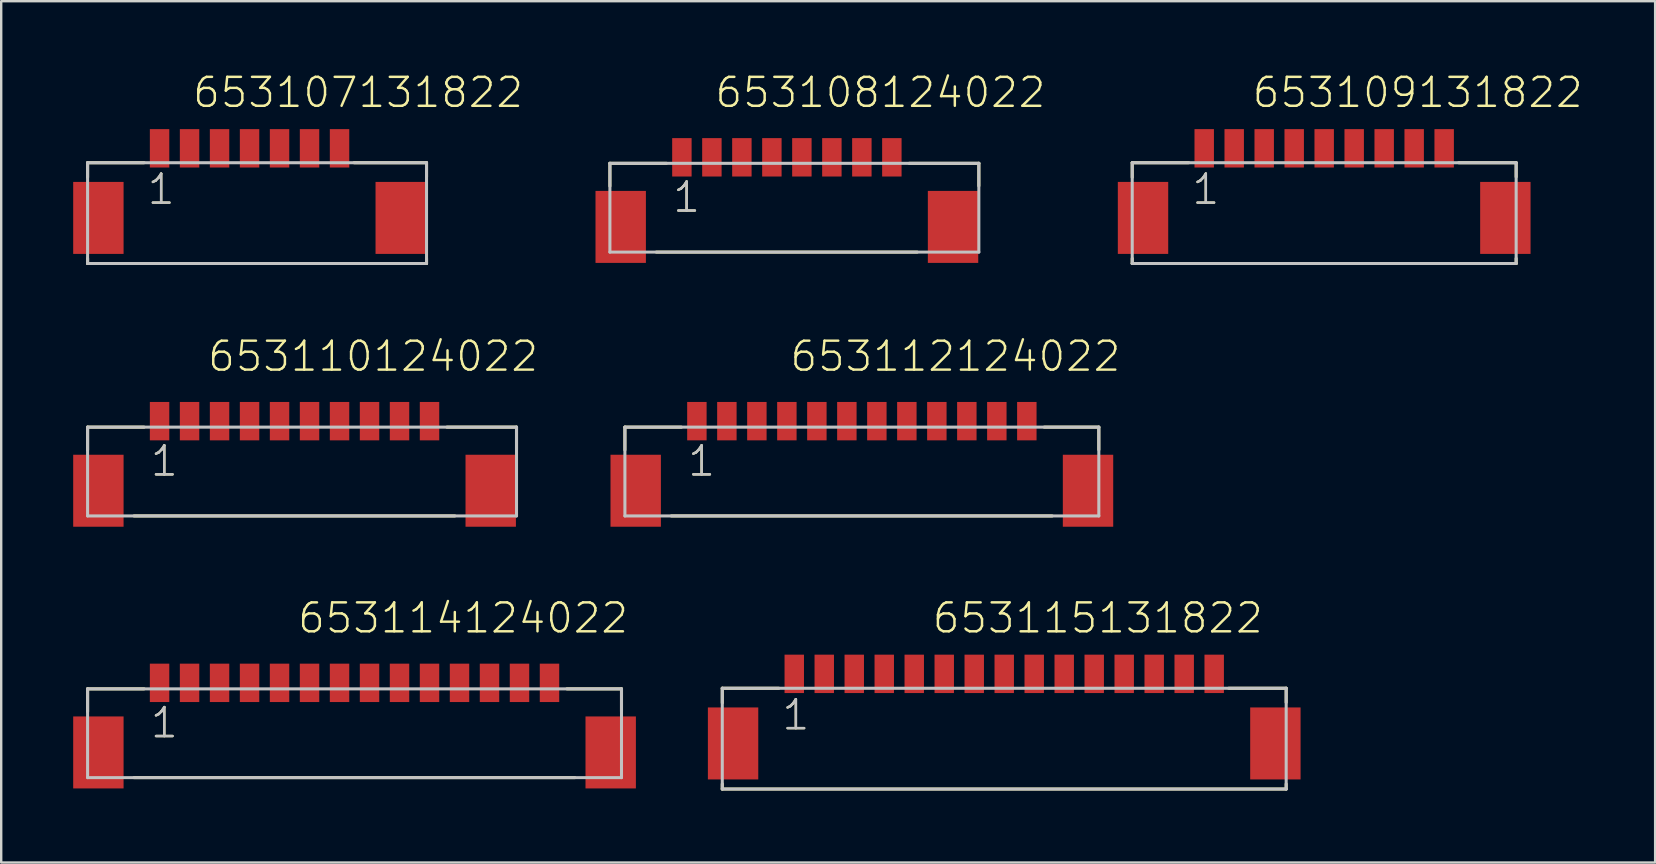
<source format=kicad_pcb>
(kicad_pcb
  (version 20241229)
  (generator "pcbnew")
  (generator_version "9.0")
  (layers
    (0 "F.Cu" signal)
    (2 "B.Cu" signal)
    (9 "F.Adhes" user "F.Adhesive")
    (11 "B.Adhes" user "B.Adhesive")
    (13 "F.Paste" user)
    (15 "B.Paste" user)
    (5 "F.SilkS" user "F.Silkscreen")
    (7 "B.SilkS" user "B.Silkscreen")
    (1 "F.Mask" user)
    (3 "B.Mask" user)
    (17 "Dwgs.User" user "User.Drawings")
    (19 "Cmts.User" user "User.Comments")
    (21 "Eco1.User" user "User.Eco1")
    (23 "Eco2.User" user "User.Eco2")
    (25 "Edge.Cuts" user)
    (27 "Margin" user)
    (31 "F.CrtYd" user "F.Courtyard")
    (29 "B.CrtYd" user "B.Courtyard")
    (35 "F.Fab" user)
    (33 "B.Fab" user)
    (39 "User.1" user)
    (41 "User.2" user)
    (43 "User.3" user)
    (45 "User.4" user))
  (footprint "653114124022"
    (layer "F.Cu")
    (at 11.725 25.407)
    (property "Reference" "653114124022" (at -2.435 -1.995 0) (layer "F.SilkS") (effects (font (size 1.206 1.206) (thickness 0.102)) (justify left bottom)))
    (attr through_hole)
    (fp_line (start -11.125 0.25) (end -11.125 1.2) (stroke (width 0.127) (type solid)) (layer "F.SilkS"))
    (fp_line (start -9.19 3.95) (end 9.18 3.95) (stroke (width 0.127) (type solid)) (layer "F.SilkS"))
    (fp_line (start -8.77 0.25) (end -11.125 0.25) (stroke (width 0.127) (type solid)) (layer "F.SilkS"))
    (fp_line (start 8.85 0.25) (end 11.125 0.25) (stroke (width 0.127) (type solid)) (layer "F.SilkS"))
    (fp_line (start 11.125 0.25) (end 11.125 1.19) (stroke (width 0.127) (type solid)) (layer "F.SilkS"))
    (fp_line (start -11.125 0.25) (end 11.125 0.25) (stroke (width 0.127) (type solid)) (layer "Dwgs.User"))
    (fp_line (start -11.125 3.95) (end -11.125 0.25) (stroke (width 0.127) (type solid)) (layer "Dwgs.User"))
    (fp_line (start 11.125 0.25) (end 11.125 3.95) (stroke (width 0.127) (type solid)) (layer "Dwgs.User"))
    (fp_line (start 11.125 3.95) (end -11.125 3.95) (stroke (width 0.127) (type solid)) (layer "Dwgs.User"))
    (fp_text user "1" (at -8.57 2.37 0) (layer "F.SilkS") (effects (font (size 1.206 1.206) (thickness 0.102)) (justify left bottom)))
    (fp_text user "1" (at -8.57 2.37 0) (layer "Dwgs.User") (effects (font (size 1.206 1.206) (thickness 0.102)) (justify left bottom)))
    (pad "1" smd rect (at -8.125 0) (size 0.81 1.6) (layers "F.Cu" "F.Mask" "F.Paste"))
    (pad "2" smd rect (at -6.875 0) (size 0.81 1.6) (layers "F.Cu" "F.Mask" "F.Paste"))
    (pad "3" smd rect (at -5.625 0) (size 0.81 1.6) (layers "F.Cu" "F.Mask" "F.Paste"))
    (pad "4" smd rect (at -4.375 0) (size 0.81 1.6) (layers "F.Cu" "F.Mask" "F.Paste"))
    (pad "5" smd rect (at -3.125 0) (size 0.81 1.6) (layers "F.Cu" "F.Mask" "F.Paste"))
    (pad "6" smd rect (at -1.875 0) (size 0.81 1.6) (layers "F.Cu" "F.Mask" "F.Paste"))
    (pad "7" smd rect (at -0.625 0) (size 0.81 1.6) (layers "F.Cu" "F.Mask" "F.Paste"))
    (pad "8" smd rect (at 0.625 0) (size 0.81 1.6) (layers "F.Cu" "F.Mask" "F.Paste"))
    (pad "9" smd rect (at 1.875 0) (size 0.81 1.6) (layers "F.Cu" "F.Mask" "F.Paste"))
    (pad "10" smd rect (at 3.125 0) (size 0.81 1.6) (layers "F.Cu" "F.Mask" "F.Paste"))
    (pad "11" smd rect (at 4.375 0) (size 0.81 1.6) (layers "F.Cu" "F.Mask" "F.Paste"))
    (pad "12" smd rect (at 5.625 0) (size 0.81 1.6) (layers "F.Cu" "F.Mask" "F.Paste"))
    (pad "13" smd rect (at 6.875 0) (size 0.81 1.6) (layers "F.Cu" "F.Mask" "F.Paste"))
    (pad "14" smd rect (at 8.125 0) (size 0.81 1.6) (layers "F.Cu" "F.Mask" "F.Paste"))
    (pad "Z1" smd rect (at -10.675 2.9) (size 2.1 3) (layers "F.Cu" "F.Mask" "F.Paste"))
    (pad "Z2" smd rect (at 10.675 2.9) (size 2.1 3) (layers "F.Cu" "F.Mask" "F.Paste")))
  (footprint "653109131822"
    (layer "F.Cu")
    (at 52.134 3.131)
    (property "Reference" "653109131822" (at -3.06 -1.62 0) (layer "F.SilkS") (effects (font (size 1.206 1.206) (thickness 0.102)) (justify left bottom)))
    (attr through_hole)
    (fp_line (start -8 0.6) (end -8 1.21) (stroke (width 0.127) (type solid)) (layer "F.SilkS"))
    (fp_line (start -8 4.59) (end -8 4.8) (stroke (width 0.127) (type solid)) (layer "F.SilkS"))
    (fp_line (start -8 4.8) (end 8 4.8) (stroke (width 0.127) (type solid)) (layer "F.SilkS"))
    (fp_line (start -5.645 0.6) (end -8 0.6) (stroke (width 0.127) (type solid)) (layer "F.SilkS"))
    (fp_line (start 5.605 0.6) (end 8 0.6) (stroke (width 0.127) (type solid)) (layer "F.SilkS"))
    (fp_line (start 8 0.6) (end 8 1.19) (stroke (width 0.127) (type solid)) (layer "F.SilkS"))
    (fp_line (start 8 4.8) (end 8 4.59) (stroke (width 0.127) (type solid)) (layer "F.SilkS"))
    (fp_line (start -8 0.6) (end 8 0.6) (stroke (width 0.127) (type solid)) (layer "Dwgs.User"))
    (fp_line (start -8 4.8) (end -8 0.6) (stroke (width 0.127) (type solid)) (layer "Dwgs.User"))
    (fp_line (start 8 0.6) (end 8 4.8) (stroke (width 0.127) (type solid)) (layer "Dwgs.User"))
    (fp_line (start 8 4.8) (end -8 4.8) (stroke (width 0.127) (type solid)) (layer "Dwgs.User"))
    (fp_text user "1" (at -5.575 2.415 0) (layer "F.SilkS") (effects (font (size 1.206 1.206) (thickness 0.102)) (justify left bottom)))
    (fp_text user "1" (at -5.575 2.415 0) (layer "Dwgs.User") (effects (font (size 1.206 1.206) (thickness 0.102)) (justify left bottom)))
    (pad "1" smd rect (at -5 0) (size 0.81 1.6) (layers "F.Cu" "F.Mask" "F.Paste"))
    (pad "2" smd rect (at -3.75 0) (size 0.81 1.6) (layers "F.Cu" "F.Mask" "F.Paste"))
    (pad "3" smd rect (at -2.5 0) (size 0.81 1.6) (layers "F.Cu" "F.Mask" "F.Paste"))
    (pad "4" smd rect (at -1.25 0) (size 0.81 1.6) (layers "F.Cu" "F.Mask" "F.Paste"))
    (pad "5" smd rect (at 0 0) (size 0.81 1.6) (layers "F.Cu" "F.Mask" "F.Paste"))
    (pad "6" smd rect (at 1.25 0) (size 0.81 1.6) (layers "F.Cu" "F.Mask" "F.Paste"))
    (pad "7" smd rect (at 2.5 0) (size 0.81 1.6) (layers "F.Cu" "F.Mask" "F.Paste"))
    (pad "8" smd rect (at 3.75 0) (size 0.81 1.6) (layers "F.Cu" "F.Mask" "F.Paste"))
    (pad "9" smd rect (at 5 0) (size 0.81 1.6) (layers "F.Cu" "F.Mask" "F.Paste"))
    (pad "Z1" smd rect (at -7.55 2.9) (size 2.1 3) (layers "F.Cu" "F.Mask" "F.Paste"))
    (pad "Z2" smd rect (at 7.55 2.9) (size 2.1 3) (layers "F.Cu" "F.Mask" "F.Paste")))
  (footprint "653112124022"
    (layer "F.Cu")
    (at 32.867 14.501)
    (property "Reference" "653112124022" (at -3.06 -1.995 0) (layer "F.SilkS") (effects (font (size 1.206 1.206) (thickness 0.102)) (justify left bottom)))
    (attr through_hole)
    (fp_line (start -9.875 0.25) (end -9.875 1.2) (stroke (width 0.127) (type solid)) (layer "F.SilkS"))
    (fp_line (start -7.94 3.95) (end 7.93 3.95) (stroke (width 0.127) (type solid)) (layer "F.SilkS"))
    (fp_line (start -7.52 0.25) (end -9.875 0.25) (stroke (width 0.127) (type solid)) (layer "F.SilkS"))
    (fp_line (start 7.6 0.25) (end 9.875 0.25) (stroke (width 0.127) (type solid)) (layer "F.SilkS"))
    (fp_line (start 9.875 0.25) (end 9.875 1.19) (stroke (width 0.127) (type solid)) (layer "F.SilkS"))
    (fp_line (start -9.875 0.25) (end 9.875 0.25) (stroke (width 0.127) (type solid)) (layer "Dwgs.User"))
    (fp_line (start -9.875 3.95) (end -9.875 0.25) (stroke (width 0.127) (type solid)) (layer "Dwgs.User"))
    (fp_line (start 9.875 0.25) (end 9.875 3.95) (stroke (width 0.127) (type solid)) (layer "Dwgs.User"))
    (fp_line (start 9.875 3.95) (end -9.875 3.95) (stroke (width 0.127) (type solid)) (layer "Dwgs.User"))
    (fp_text user "1" (at -7.32 2.37 0) (layer "F.SilkS") (effects (font (size 1.206 1.206) (thickness 0.102)) (justify left bottom)))
    (fp_text user "1" (at -7.32 2.37 0) (layer "Dwgs.User") (effects (font (size 1.206 1.206) (thickness 0.102)) (justify left bottom)))
    (pad "1" smd rect (at -6.875 0) (size 0.81 1.6) (layers "F.Cu" "F.Mask" "F.Paste"))
    (pad "2" smd rect (at -5.625 0) (size 0.81 1.6) (layers "F.Cu" "F.Mask" "F.Paste"))
    (pad "3" smd rect (at -4.375 0) (size 0.81 1.6) (layers "F.Cu" "F.Mask" "F.Paste"))
    (pad "4" smd rect (at -3.125 0) (size 0.81 1.6) (layers "F.Cu" "F.Mask" "F.Paste"))
    (pad "5" smd rect (at -1.875 0) (size 0.81 1.6) (layers "F.Cu" "F.Mask" "F.Paste"))
    (pad "6" smd rect (at -0.625 0) (size 0.81 1.6) (layers "F.Cu" "F.Mask" "F.Paste"))
    (pad "7" smd rect (at 0.625 0) (size 0.81 1.6) (layers "F.Cu" "F.Mask" "F.Paste"))
    (pad "8" smd rect (at 1.875 0) (size 0.81 1.6) (layers "F.Cu" "F.Mask" "F.Paste"))
    (pad "9" smd rect (at 3.125 0) (size 0.81 1.6) (layers "F.Cu" "F.Mask" "F.Paste"))
    (pad "10" smd rect (at 4.375 0) (size 0.81 1.6) (layers "F.Cu" "F.Mask" "F.Paste"))
    (pad "11" smd rect (at 5.625 0) (size 0.81 1.6) (layers "F.Cu" "F.Mask" "F.Paste"))
    (pad "12" smd rect (at 6.875 0) (size 0.81 1.6) (layers "F.Cu" "F.Mask" "F.Paste"))
    (pad "Z1" smd rect (at -9.425 2.9) (size 2.1 3) (layers "F.Cu" "F.Mask" "F.Paste"))
    (pad "Z2" smd rect (at 9.425 2.9) (size 2.1 3) (layers "F.Cu" "F.Mask" "F.Paste")))
  (footprint "653110124022"
    (layer "F.Cu")
    (at 9.225 14.501)
    (property "Reference" "653110124022" (at -3.685 -1.995 0) (layer "F.SilkS") (effects (font (size 1.206 1.206) (thickness 0.102)) (justify left bottom)))
    (attr through_hole)
    (fp_line (start -8.625 0.25) (end -8.625 1.2) (stroke (width 0.127) (type solid)) (layer "F.SilkS"))
    (fp_line (start -6.69 3.95) (end 6.68 3.95) (stroke (width 0.127) (type solid)) (layer "F.SilkS"))
    (fp_line (start -6.27 0.25) (end -8.625 0.25) (stroke (width 0.127) (type solid)) (layer "F.SilkS"))
    (fp_line (start 6.35 0.25) (end 9.25 0.25) (stroke (width 0.127) (type solid)) (layer "F.SilkS"))
    (fp_line (start 9.25 0.25) (end 9.25 1.19) (stroke (width 0.127) (type solid)) (layer "F.SilkS"))
    (fp_line (start -8.625 0.25) (end 9.25 0.25) (stroke (width 0.127) (type solid)) (layer "Dwgs.User"))
    (fp_line (start -8.625 3.95) (end -8.625 0.25) (stroke (width 0.127) (type solid)) (layer "Dwgs.User"))
    (fp_line (start 9.25 0.25) (end 9.25 3.95) (stroke (width 0.127) (type solid)) (layer "Dwgs.User"))
    (fp_line (start 9.25 3.95) (end -8.625 3.95) (stroke (width 0.127) (type solid)) (layer "Dwgs.User"))
    (fp_text user "1" (at -6.07 2.37 0) (layer "F.SilkS") (effects (font (size 1.206 1.206) (thickness 0.102)) (justify left bottom)))
    (fp_text user "1" (at -6.07 2.37 0) (layer "Dwgs.User") (effects (font (size 1.206 1.206) (thickness 0.102)) (justify left bottom)))
    (pad "1" smd rect (at -5.625 0) (size 0.81 1.6) (layers "F.Cu" "F.Mask" "F.Paste"))
    (pad "2" smd rect (at -4.375 0) (size 0.81 1.6) (layers "F.Cu" "F.Mask" "F.Paste"))
    (pad "3" smd rect (at -3.125 0) (size 0.81 1.6) (layers "F.Cu" "F.Mask" "F.Paste"))
    (pad "4" smd rect (at -1.875 0) (size 0.81 1.6) (layers "F.Cu" "F.Mask" "F.Paste"))
    (pad "5" smd rect (at -0.625 0) (size 0.81 1.6) (layers "F.Cu" "F.Mask" "F.Paste"))
    (pad "6" smd rect (at 0.625 0) (size 0.81 1.6) (layers "F.Cu" "F.Mask" "F.Paste"))
    (pad "7" smd rect (at 1.875 0) (size 0.81 1.6) (layers "F.Cu" "F.Mask" "F.Paste"))
    (pad "8" smd rect (at 3.125 0) (size 0.81 1.6) (layers "F.Cu" "F.Mask" "F.Paste"))
    (pad "9" smd rect (at 4.375 0) (size 0.81 1.6) (layers "F.Cu" "F.Mask" "F.Paste"))
    (pad "10" smd rect (at 5.625 0) (size 0.81 1.6) (layers "F.Cu" "F.Mask" "F.Paste"))
    (pad "Z1" smd rect (at -8.175 2.9) (size 2.1 3) (layers "F.Cu" "F.Mask" "F.Paste"))
    (pad "Z2" smd rect (at 8.175 2.9) (size 2.1 3) (layers "F.Cu" "F.Mask" "F.Paste")))
  (footprint "653108124022"
    (layer "F.Cu")
    (at 29.742 3.506)
    (property "Reference" "653108124022" (at -3.06 -1.995 0) (layer "F.SilkS") (effects (font (size 1.206 1.206) (thickness 0.102)) (justify left bottom)))
    (attr through_hole)
    (fp_line (start -7.375 0.25) (end -7.375 1.2) (stroke (width 0.127) (type solid)) (layer "F.SilkS"))
    (fp_line (start -5.44 3.95) (end 5.43 3.95) (stroke (width 0.127) (type solid)) (layer "F.SilkS"))
    (fp_line (start -5.02 0.25) (end -7.375 0.25) (stroke (width 0.127) (type solid)) (layer "F.SilkS"))
    (fp_line (start 5.1 0.25) (end 8 0.25) (stroke (width 0.127) (type solid)) (layer "F.SilkS"))
    (fp_line (start 8 0.25) (end 8 1.19) (stroke (width 0.127) (type solid)) (layer "F.SilkS"))
    (fp_line (start -7.375 0.25) (end 8 0.25) (stroke (width 0.127) (type solid)) (layer "Dwgs.User"))
    (fp_line (start -7.375 3.95) (end -7.375 0.25) (stroke (width 0.127) (type solid)) (layer "Dwgs.User"))
    (fp_line (start 8 0.25) (end 8 3.95) (stroke (width 0.127) (type solid)) (layer "Dwgs.User"))
    (fp_line (start 8 3.95) (end -7.375 3.95) (stroke (width 0.127) (type solid)) (layer "Dwgs.User"))
    (fp_text user "1" (at -4.82 2.37 0) (layer "F.SilkS") (effects (font (size 1.206 1.206) (thickness 0.102)) (justify left bottom)))
    (fp_text user "1" (at -4.82 2.37 0) (layer "Dwgs.User") (effects (font (size 1.206 1.206) (thickness 0.102)) (justify left bottom)))
    (pad "1" smd rect (at -4.375 0) (size 0.81 1.6) (layers "F.Cu" "F.Mask" "F.Paste"))
    (pad "2" smd rect (at -3.125 0) (size 0.81 1.6) (layers "F.Cu" "F.Mask" "F.Paste"))
    (pad "3" smd rect (at -1.875 0) (size 0.81 1.6) (layers "F.Cu" "F.Mask" "F.Paste"))
    (pad "4" smd rect (at -0.625 0) (size 0.81 1.6) (layers "F.Cu" "F.Mask" "F.Paste"))
    (pad "5" smd rect (at 0.625 0) (size 0.81 1.6) (layers "F.Cu" "F.Mask" "F.Paste"))
    (pad "6" smd rect (at 1.875 0) (size 0.81 1.6) (layers "F.Cu" "F.Mask" "F.Paste"))
    (pad "7" smd rect (at 3.125 0) (size 0.81 1.6) (layers "F.Cu" "F.Mask" "F.Paste"))
    (pad "8" smd rect (at 4.375 0) (size 0.81 1.6) (layers "F.Cu" "F.Mask" "F.Paste"))
    (pad "Z1" smd rect (at -6.925 2.9) (size 2.1 3) (layers "F.Cu" "F.Mask" "F.Paste"))
    (pad "Z2" smd rect (at 6.925 2.9) (size 2.1 3) (layers "F.Cu" "F.Mask" "F.Paste")))
  (footprint "653107131822"
    (layer "F.Cu")
    (at 7.35 3.131)
    (property "Reference" "653107131822" (at -2.435 -1.62 0) (layer "F.SilkS") (effects (font (size 1.206 1.206) (thickness 0.102)) (justify left bottom)))
    (attr through_hole)
    (fp_line (start -6.75 0.6) (end -6.75 1.21) (stroke (width 0.127) (type solid)) (layer "F.SilkS"))
    (fp_line (start -6.75 4.59) (end -6.75 4.8) (stroke (width 0.127) (type solid)) (layer "F.SilkS"))
    (fp_line (start -6.75 4.8) (end 7.375 4.8) (stroke (width 0.127) (type solid)) (layer "F.SilkS"))
    (fp_line (start -4.395 0.6) (end -6.75 0.6) (stroke (width 0.127) (type solid)) (layer "F.SilkS"))
    (fp_line (start 4.355 0.6) (end 7.375 0.6) (stroke (width 0.127) (type solid)) (layer "F.SilkS"))
    (fp_line (start 7.375 0.6) (end 7.375 1.19) (stroke (width 0.127) (type solid)) (layer "F.SilkS"))
    (fp_line (start 7.375 4.8) (end 7.375 4.59) (stroke (width 0.127) (type solid)) (layer "F.SilkS"))
    (fp_line (start -6.75 0.6) (end 7.375 0.6) (stroke (width 0.127) (type solid)) (layer "Dwgs.User"))
    (fp_line (start -6.75 4.8) (end -6.75 0.6) (stroke (width 0.127) (type solid)) (layer "Dwgs.User"))
    (fp_line (start 7.375 0.6) (end 7.375 4.8) (stroke (width 0.127) (type solid)) (layer "Dwgs.User"))
    (fp_line (start 7.375 4.8) (end -6.75 4.8) (stroke (width 0.127) (type solid)) (layer "Dwgs.User"))
    (fp_text user "1" (at -4.325 2.415 0) (layer "F.SilkS") (effects (font (size 1.206 1.206) (thickness 0.102)) (justify left bottom)))
    (fp_text user "1" (at -4.325 2.415 0) (layer "Dwgs.User") (effects (font (size 1.206 1.206) (thickness 0.102)) (justify left bottom)))
    (pad "1" smd rect (at -3.75 0) (size 0.81 1.6) (layers "F.Cu" "F.Mask" "F.Paste"))
    (pad "2" smd rect (at -2.5 0) (size 0.81 1.6) (layers "F.Cu" "F.Mask" "F.Paste"))
    (pad "3" smd rect (at -1.25 0) (size 0.81 1.6) (layers "F.Cu" "F.Mask" "F.Paste"))
    (pad "4" smd rect (at 0 0) (size 0.81 1.6) (layers "F.Cu" "F.Mask" "F.Paste"))
    (pad "5" smd rect (at 1.25 0) (size 0.81 1.6) (layers "F.Cu" "F.Mask" "F.Paste"))
    (pad "6" smd rect (at 2.5 0) (size 0.81 1.6) (layers "F.Cu" "F.Mask" "F.Paste"))
    (pad "7" smd rect (at 3.75 0) (size 0.81 1.6) (layers "F.Cu" "F.Mask" "F.Paste"))
    (pad "Z1" smd rect (at -6.3 2.9) (size 2.1 3) (layers "F.Cu" "F.Mask" "F.Paste"))
    (pad "Z2" smd rect (at 6.3 2.9) (size 2.1 3) (layers "F.Cu" "F.Mask" "F.Paste")))
  (footprint "653115131822"
    (layer "F.Cu")
    (at 38.8 25.032)
    (property "Reference" "653115131822" (at -3.06 -1.62 0) (layer "F.SilkS") (effects (font (size 1.206 1.206) (thickness 0.102)) (justify left bottom)))
    (attr through_hole)
    (fp_line (start -11.75 0.6) (end -11.75 1.21) (stroke (width 0.127) (type solid)) (layer "F.SilkS"))
    (fp_line (start -11.75 4.59) (end -11.75 4.8) (stroke (width 0.127) (type solid)) (layer "F.SilkS"))
    (fp_line (start -11.75 4.8) (end 11.75 4.8) (stroke (width 0.127) (type solid)) (layer "F.SilkS"))
    (fp_line (start -9.395 0.6) (end -11.75 0.6) (stroke (width 0.127) (type solid)) (layer "F.SilkS"))
    (fp_line (start 9.355 0.6) (end 11.75 0.6) (stroke (width 0.127) (type solid)) (layer "F.SilkS"))
    (fp_line (start 11.75 0.6) (end 11.75 1.19) (stroke (width 0.127) (type solid)) (layer "F.SilkS"))
    (fp_line (start 11.75 4.8) (end 11.75 4.59) (stroke (width 0.127) (type solid)) (layer "F.SilkS"))
    (fp_line (start -11.75 0.6) (end 11.75 0.6) (stroke (width 0.127) (type solid)) (layer "Dwgs.User"))
    (fp_line (start -11.75 4.8) (end -11.75 0.6) (stroke (width 0.127) (type solid)) (layer "Dwgs.User"))
    (fp_line (start 11.75 0.6) (end 11.75 4.8) (stroke (width 0.127) (type solid)) (layer "Dwgs.User"))
    (fp_line (start 11.75 4.8) (end -11.75 4.8) (stroke (width 0.127) (type solid)) (layer "Dwgs.User"))
    (fp_text user "1" (at -9.325 2.415 0) (layer "F.SilkS") (effects (font (size 1.206 1.206) (thickness 0.102)) (justify left bottom)))
    (fp_text user "1" (at -9.325 2.415 0) (layer "Dwgs.User") (effects (font (size 1.206 1.206) (thickness 0.102)) (justify left bottom)))
    (pad "1" smd rect (at -8.75 0) (size 0.81 1.6) (layers "F.Cu" "F.Mask" "F.Paste"))
    (pad "2" smd rect (at -7.5 0) (size 0.81 1.6) (layers "F.Cu" "F.Mask" "F.Paste"))
    (pad "3" smd rect (at -6.25 0) (size 0.81 1.6) (layers "F.Cu" "F.Mask" "F.Paste"))
    (pad "4" smd rect (at -5 0) (size 0.81 1.6) (layers "F.Cu" "F.Mask" "F.Paste"))
    (pad "5" smd rect (at -3.75 0) (size 0.81 1.6) (layers "F.Cu" "F.Mask" "F.Paste"))
    (pad "6" smd rect (at -2.5 0) (size 0.81 1.6) (layers "F.Cu" "F.Mask" "F.Paste"))
    (pad "7" smd rect (at -1.25 0) (size 0.81 1.6) (layers "F.Cu" "F.Mask" "F.Paste"))
    (pad "8" smd rect (at 0 0) (size 0.81 1.6) (layers "F.Cu" "F.Mask" "F.Paste"))
    (pad "9" smd rect (at 1.25 0) (size 0.81 1.6) (layers "F.Cu" "F.Mask" "F.Paste"))
    (pad "10" smd rect (at 2.5 0) (size 0.81 1.6) (layers "F.Cu" "F.Mask" "F.Paste"))
    (pad "11" smd rect (at 3.75 0) (size 0.81 1.6) (layers "F.Cu" "F.Mask" "F.Paste"))
    (pad "12" smd rect (at 5 0) (size 0.81 1.6) (layers "F.Cu" "F.Mask" "F.Paste"))
    (pad "13" smd rect (at 6.25 0) (size 0.81 1.6) (layers "F.Cu" "F.Mask" "F.Paste"))
    (pad "14" smd rect (at 7.5 0) (size 0.81 1.6) (layers "F.Cu" "F.Mask" "F.Paste"))
    (pad "15" smd rect (at 8.75 0) (size 0.81 1.6) (layers "F.Cu" "F.Mask" "F.Paste"))
    (pad "Z1" smd rect (at -11.3 2.9) (size 2.1 3) (layers "F.Cu" "F.Mask" "F.Paste"))
    (pad "Z2" smd rect (at 11.3 2.9) (size 2.1 3) (layers "F.Cu" "F.Mask" "F.Paste")))
  (gr_rect
    (start -3 -3)
    (end 65.926 32.896)
    (stroke (width 0.1) (type default))
    (fill no)
    (layer "Edge.Cuts")))
</source>
